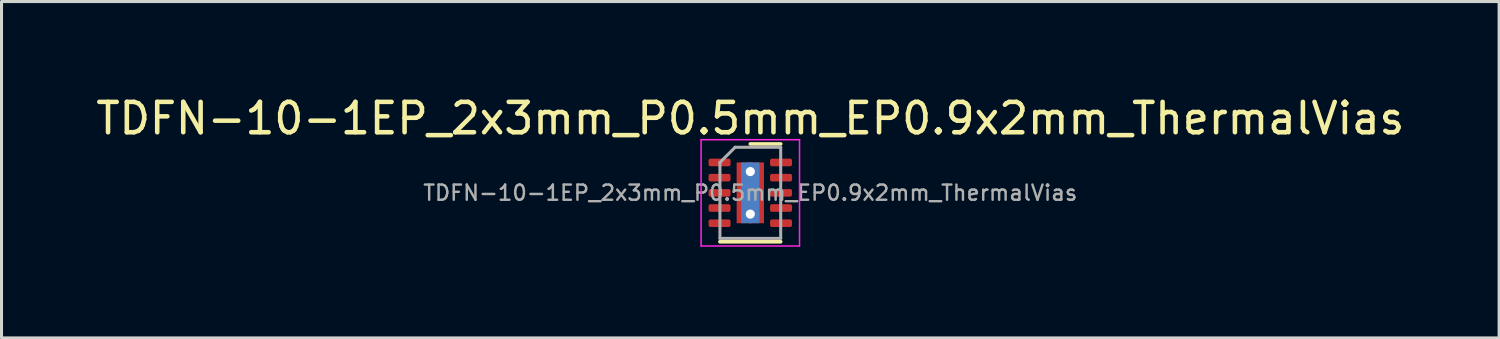
<source format=kicad_pcb>
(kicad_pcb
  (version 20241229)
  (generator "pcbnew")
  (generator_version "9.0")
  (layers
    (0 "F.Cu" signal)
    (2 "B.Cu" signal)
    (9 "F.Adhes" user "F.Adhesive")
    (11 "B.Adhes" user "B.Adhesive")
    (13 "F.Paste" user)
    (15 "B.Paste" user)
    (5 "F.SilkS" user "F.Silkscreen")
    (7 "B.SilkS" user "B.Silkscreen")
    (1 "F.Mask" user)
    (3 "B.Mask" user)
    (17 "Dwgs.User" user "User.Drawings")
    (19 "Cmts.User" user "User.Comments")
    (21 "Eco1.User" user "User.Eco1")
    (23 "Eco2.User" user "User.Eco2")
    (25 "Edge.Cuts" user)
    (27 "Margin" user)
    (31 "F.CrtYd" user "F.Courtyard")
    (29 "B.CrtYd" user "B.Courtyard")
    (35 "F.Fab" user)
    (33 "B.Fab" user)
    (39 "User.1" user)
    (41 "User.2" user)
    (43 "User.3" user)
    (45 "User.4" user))
  (footprint "TDFN-10-1EP_2x3mm_P0.5mm_EP0.9x2mm_ThermalVias"
    (layer "F.Cu")
    (at 21.649 3.298)
    (property "Reference" "TDFN-10-1EP_2x3mm_P0.5mm_EP0.9x2mm_ThermalVias" (at 0 -2.45 0) (layer "F.SilkS") (effects (font (size 1 1) (thickness 0.15))))
    (attr smd)
    (fp_line (start -1 1.61) (end 1 1.61) (stroke (width 0.12) (type solid)) (layer "F.SilkS"))
    (fp_line (start 0 -1.61) (end 1 -1.61) (stroke (width 0.12) (type solid)) (layer "F.SilkS"))
    (fp_line (start -1.62 -1.75) (end -1.62 1.75) (stroke (width 0.05) (type solid)) (layer "F.CrtYd"))
    (fp_line (start -1.62 1.75) (end 1.62 1.75) (stroke (width 0.05) (type solid)) (layer "F.CrtYd"))
    (fp_line (start 1.62 -1.75) (end -1.62 -1.75) (stroke (width 0.05) (type solid)) (layer "F.CrtYd"))
    (fp_line (start 1.62 1.75) (end 1.62 -1.75) (stroke (width 0.05) (type solid)) (layer "F.CrtYd"))
    (fp_line (start -1 -1) (end -0.5 -1.5) (stroke (width 0.1) (type solid)) (layer "F.Fab"))
    (fp_line (start -1 1.5) (end -1 -1) (stroke (width 0.1) (type solid)) (layer "F.Fab"))
    (fp_line (start -0.5 -1.5) (end 1 -1.5) (stroke (width 0.1) (type solid)) (layer "F.Fab"))
    (fp_line (start 1 -1.5) (end 1 1.5) (stroke (width 0.1) (type solid)) (layer "F.Fab"))
    (fp_line (start 1 1.5) (end -1 1.5) (stroke (width 0.1) (type solid)) (layer "F.Fab"))
    (fp_text user "${REFERENCE}" (at 0 0 0) (layer "F.Fab") (effects (font (size 0.5 0.5) (thickness 0.08))))
    (pad "" smd roundrect (at 0 -0.5) (size 0.73 0.81) (layers "F.Paste") (roundrect_rratio 0.25))
    (pad "" smd roundrect (at 0 0.5) (size 0.73 0.81) (layers "F.Paste") (roundrect_rratio 0.25))
    (pad "1" smd roundrect (at -1.012 -1) (size 0.725 0.25) (layers "F.Cu" "F.Mask" "F.Paste") (roundrect_rratio 0.25))
    (pad "2" smd roundrect (at -1.012 -0.5) (size 0.725 0.25) (layers "F.Cu" "F.Mask" "F.Paste") (roundrect_rratio 0.25))
    (pad "3" smd roundrect (at -1.012 0) (size 0.725 0.25) (layers "F.Cu" "F.Mask" "F.Paste") (roundrect_rratio 0.25))
    (pad "4" smd roundrect (at -1.012 0.5) (size 0.725 0.25) (layers "F.Cu" "F.Mask" "F.Paste") (roundrect_rratio 0.25))
    (pad "5" smd roundrect (at -1.012 1) (size 0.725 0.25) (layers "F.Cu" "F.Mask" "F.Paste") (roundrect_rratio 0.25))
    (pad "6" smd roundrect (at 1.012 1) (size 0.725 0.25) (layers "F.Cu" "F.Mask" "F.Paste") (roundrect_rratio 0.25))
    (pad "7" smd roundrect (at 1.012 0.5) (size 0.725 0.25) (layers "F.Cu" "F.Mask" "F.Paste") (roundrect_rratio 0.25))
    (pad "8" smd roundrect (at 1.012 0) (size 0.725 0.25) (layers "F.Cu" "F.Mask" "F.Paste") (roundrect_rratio 0.25))
    (pad "9" smd roundrect (at 1.012 -0.5) (size 0.725 0.25) (layers "F.Cu" "F.Mask" "F.Paste") (roundrect_rratio 0.25))
    (pad "10" smd roundrect (at 1.012 -1) (size 0.725 0.25) (layers "F.Cu" "F.Mask" "F.Paste") (roundrect_rratio 0.25))
    (pad "11" thru_hole circle (at 0 -0.7) (size 0.6 0.6) (drill 0.3) (layers "*.Cu"))
    (pad "11" smd rect (at 0 0) (size 0.6 2) (layers "B.Cu"))
    (pad "11" smd rect (at 0 0) (size 0.9 2) (layers "F.Cu" "F.Mask"))
    (pad "11" thru_hole circle (at 0 0.7) (size 0.6 0.6) (drill 0.3) (layers "*.Cu")))
  (gr_rect
    (start -3 -3)
    (end 46.298 8.073)
    (stroke (width 0.1) (type default))
    (fill no)
    (layer "Edge.Cuts")))
</source>
